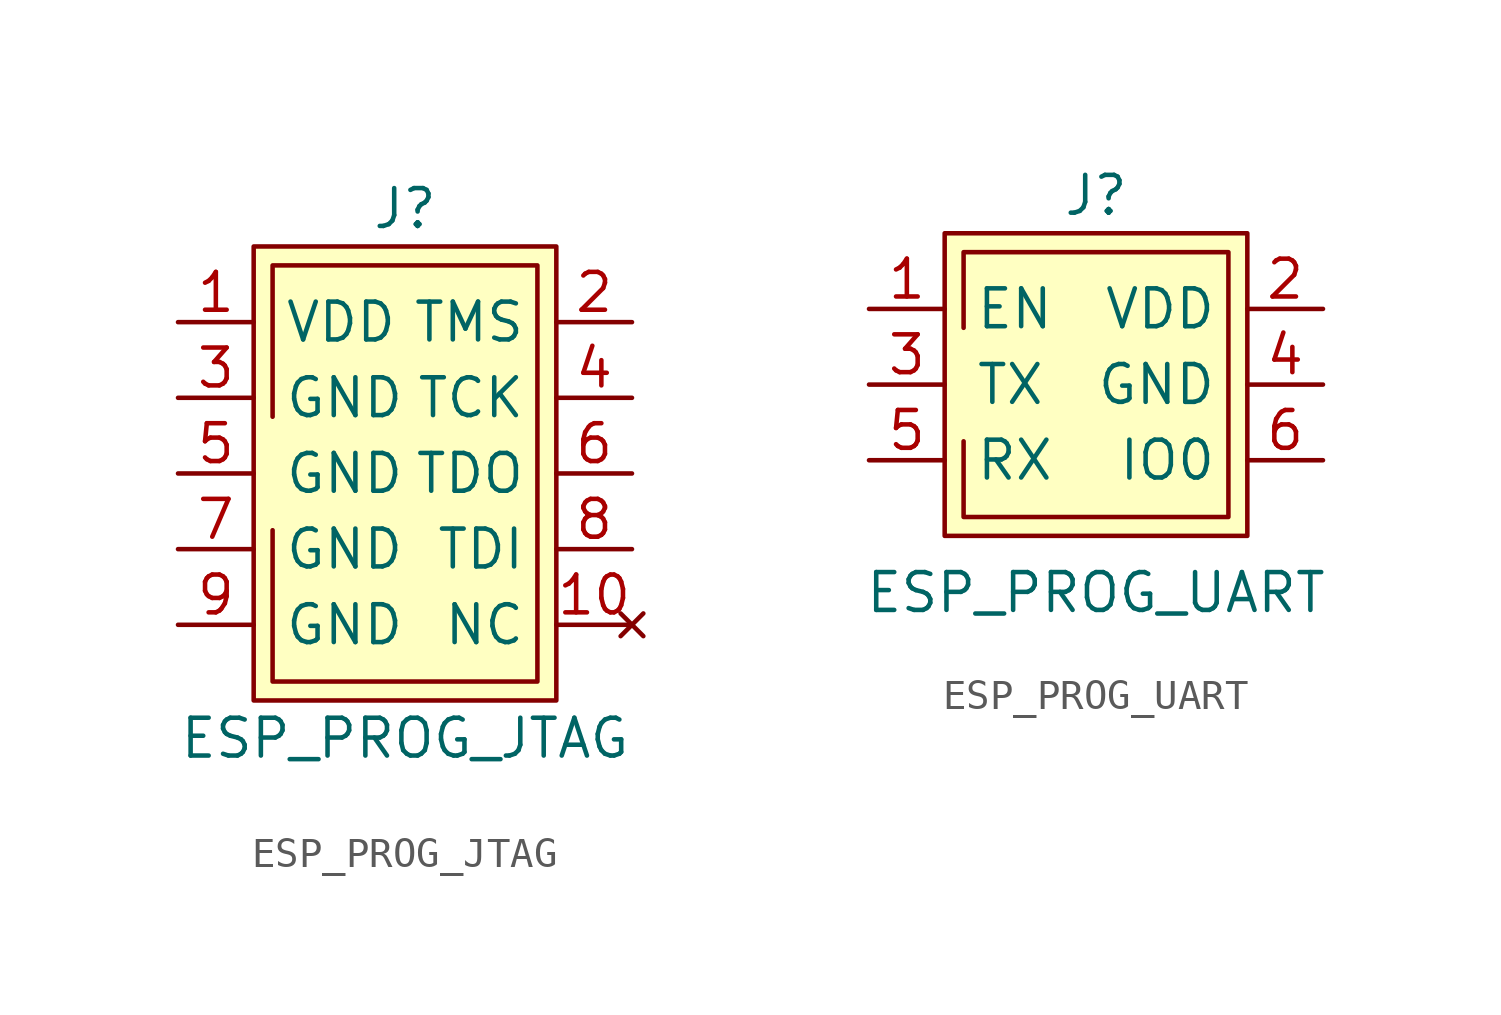
<source format=kicad_sym>
(kicad_symbol_lib
  (version 20211014)
  (generator kicad_symbol_editor)
  (symbol "ESP_PROG_JTAG"
    (pin_names
      (offset 1.016))
    (property "Reference" "J"
      (at 0 8.89 0)
      (effects (font (size 1.27 1.27))))
    (property "Value" "ESP_PROG_JTAG"
      (at 0 -8.89 0)
      (effects (font (size 1.27 1.27))))
    (symbol "ESP_PROG_JTAG_0_1"
      (rectangle (start -5.08 7.62) (end 5.08 -7.62) (stroke (width 0) (type default) (color 0 0 0 0)) (fill (type background)))
      (polyline (pts (xy -4.445 1.905) (xy -4.445 6.985) (xy 4.445 6.985) (xy 4.445 -6.985) (xy -4.445 -6.985) (xy -4.445 -1.905)) (stroke (width 0) (type default) (color 0 0 0 0)) (fill (type none))))
    (symbol "ESP_PROG_JTAG_1_1"
      (pin input line (at -7.62 5.08 0) (length 2.54) (name "VDD" (effects (font (size 1.27 1.27)))) (number "1" (effects (font (size 1.27 1.27)))))
      (pin no_connect line (at 7.62 -5.08 180) (length 2.54) (name "NC" (effects (font (size 1.27 1.27)))) (number "10" (effects (font (size 1.27 1.27)))))
      (pin input line (at 7.62 5.08 180) (length 2.54) (name "TMS" (effects (font (size 1.27 1.27)))) (number "2" (effects (font (size 1.27 1.27)))))
      (pin input line (at -7.62 2.54 0) (length 2.54) (name "GND" (effects (font (size 1.27 1.27)))) (number "3" (effects (font (size 1.27 1.27)))))
      (pin input line (at 7.62 2.54 180) (length 2.54) (name "TCK" (effects (font (size 1.27 1.27)))) (number "4" (effects (font (size 1.27 1.27)))))
      (pin input line (at -7.62 0 0) (length 2.54) (name "GND" (effects (font (size 1.27 1.27)))) (number "5" (effects (font (size 1.27 1.27)))))
      (pin input line (at 7.62 0 180) (length 2.54) (name "TDO" (effects (font (size 1.27 1.27)))) (number "6" (effects (font (size 1.27 1.27)))))
      (pin input line (at -7.62 -2.54 0) (length 2.54) (name "GND" (effects (font (size 1.27 1.27)))) (number "7" (effects (font (size 1.27 1.27)))))
      (pin input line (at 7.62 -2.54 180) (length 2.54) (name "TDI" (effects (font (size 1.27 1.27)))) (number "8" (effects (font (size 1.27 1.27)))))
      (pin input line (at -7.62 -5.08 0) (length 2.54) (name "GND" (effects (font (size 1.27 1.27)))) (number "9" (effects (font (size 1.27 1.27)))))))
  (symbol "ESP_PROG_UART"
    (pin_names
      (offset 1.016))
    (property "Reference" "J"
      (at 0 6.35 0)
      (effects (font (size 1.27 1.27))))
    (property "Value" "ESP_PROG_UART"
      (at 0 -6.985 0)
      (effects (font (size 1.27 1.27))))
    (symbol "ESP_PROG_UART_0_1"
      (rectangle (start -5.08 5.08) (end 5.08 -5.08) (stroke (width 0) (type default) (color 0 0 0 0)) (fill (type background)))
      (polyline (pts (xy -4.445 1.905) (xy -4.445 4.445) (xy 4.445 4.445) (xy 4.445 -4.445) (xy -4.445 -4.445) (xy -4.445 -1.905)) (stroke (width 0) (type default) (color 0 0 0 0)) (fill (type none))))
    (symbol "ESP_PROG_UART_1_1"
      (pin input line (at -7.62 2.54 0) (length 2.54) (name "EN" (effects (font (size 1.27 1.27)))) (number "1" (effects (font (size 1.27 1.27)))))
      (pin input line (at 7.62 2.54 180) (length 2.54) (name "VDD" (effects (font (size 1.27 1.27)))) (number "2" (effects (font (size 1.27 1.27)))))
      (pin input line (at -7.62 0 0) (length 2.54) (name "TX" (effects (font (size 1.27 1.27)))) (number "3" (effects (font (size 1.27 1.27)))))
      (pin input line (at 7.62 0 180) (length 2.54) (name "GND" (effects (font (size 1.27 1.27)))) (number "4" (effects (font (size 1.27 1.27)))))
      (pin input line (at -7.62 -2.54 0) (length 2.54) (name "RX" (effects (font (size 1.27 1.27)))) (number "5" (effects (font (size 1.27 1.27)))))
      (pin input line (at 7.62 -2.54 180) (length 2.54) (name "IO0" (effects (font (size 1.27 1.27)))) (number "6" (effects (font (size 1.27 1.27))))))))
</source>
